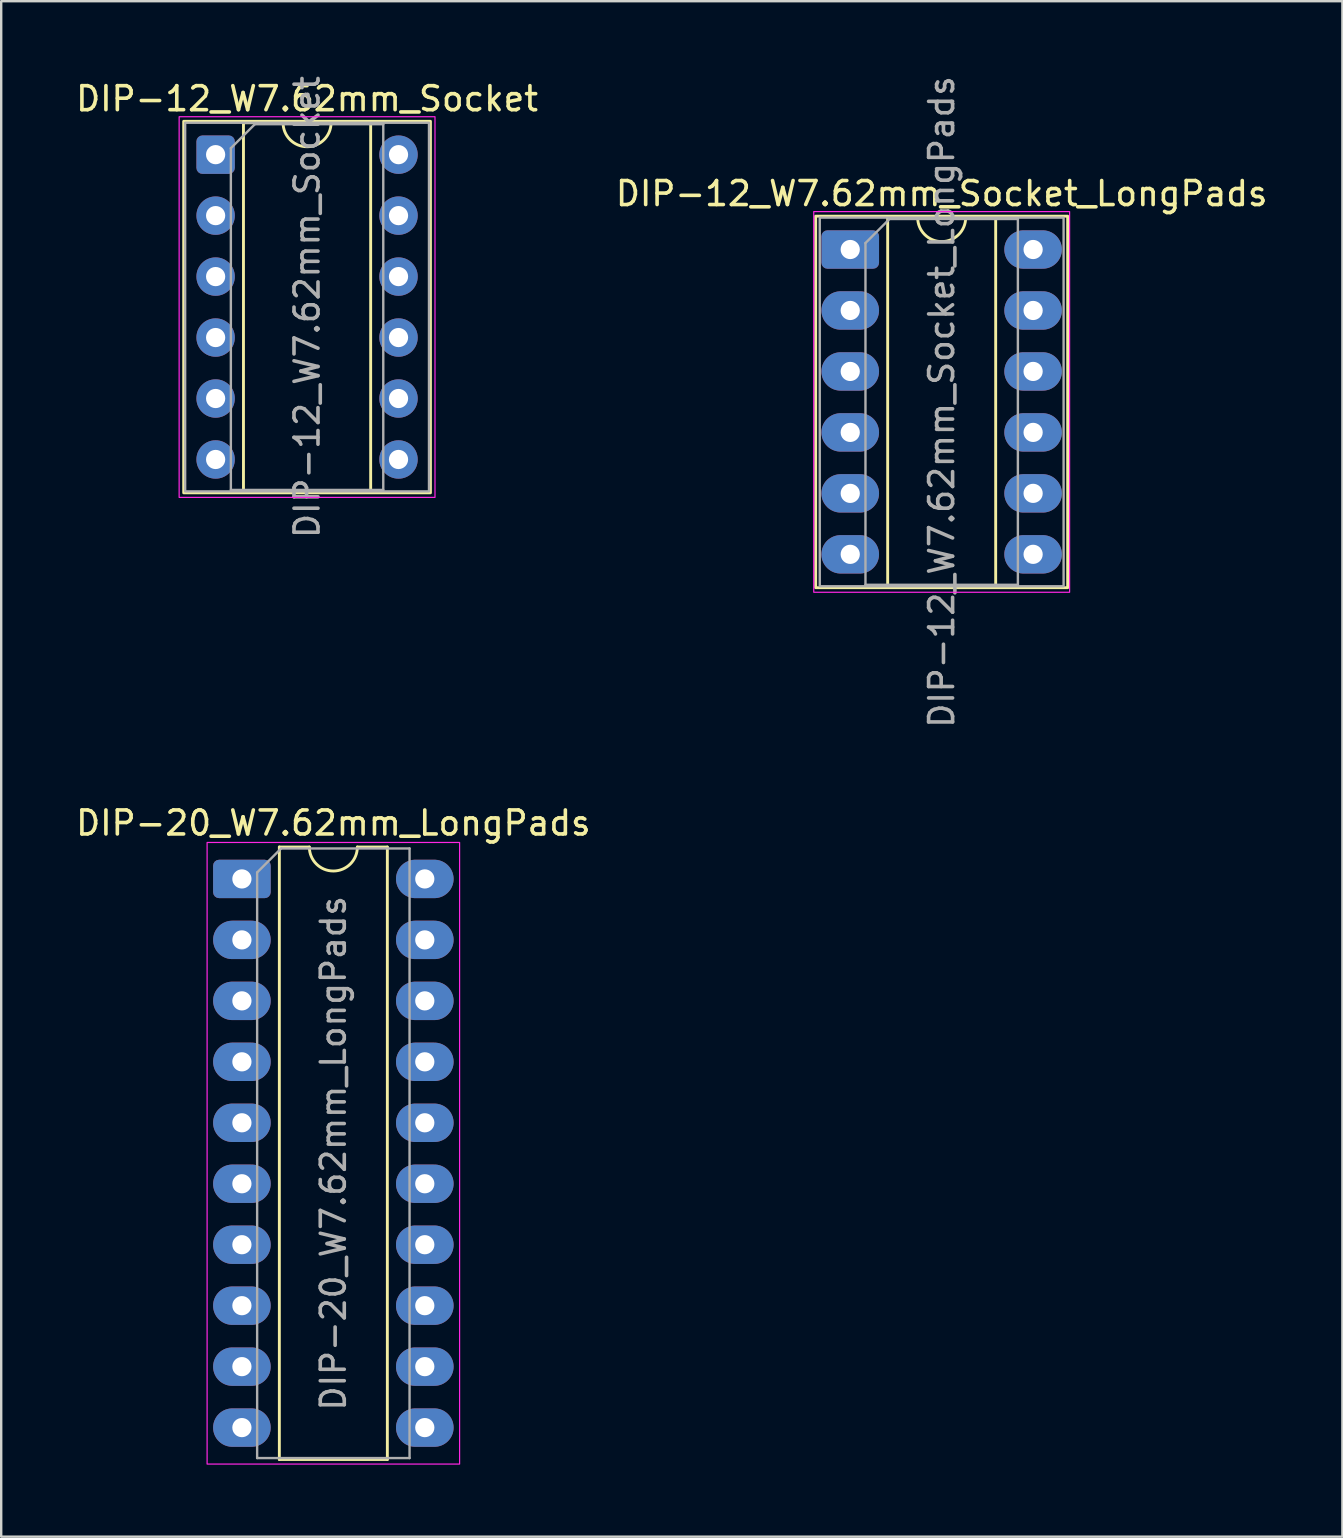
<source format=kicad_pcb>
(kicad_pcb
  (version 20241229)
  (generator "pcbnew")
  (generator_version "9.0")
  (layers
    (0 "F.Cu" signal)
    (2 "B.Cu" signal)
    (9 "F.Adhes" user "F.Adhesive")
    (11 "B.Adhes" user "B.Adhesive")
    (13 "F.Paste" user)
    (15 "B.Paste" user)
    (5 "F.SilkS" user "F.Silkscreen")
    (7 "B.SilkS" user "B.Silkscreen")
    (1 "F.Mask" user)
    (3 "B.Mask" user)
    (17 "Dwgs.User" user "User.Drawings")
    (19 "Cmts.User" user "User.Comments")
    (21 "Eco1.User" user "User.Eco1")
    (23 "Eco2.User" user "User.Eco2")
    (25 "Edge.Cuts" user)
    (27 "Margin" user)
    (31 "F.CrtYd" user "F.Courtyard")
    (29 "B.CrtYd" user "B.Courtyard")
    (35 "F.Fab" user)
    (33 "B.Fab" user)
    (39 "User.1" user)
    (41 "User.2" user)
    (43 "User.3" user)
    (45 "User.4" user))
  (footprint "DIP-12_W7.62mm_Socket"
    (layer "F.Cu")
    (at 5.934 3.394)
    (property "Reference" "DIP-12_W7.62mm_Socket" (at 3.81 -2.33 0) (layer "F.SilkS") (effects (font (size 1 1) (thickness 0.15))))
    (attr through_hole)
    (fp_line (start 1.16 -1.33) (end 1.16 14.03) (stroke (width 0.12) (type solid)) (layer "F.SilkS"))
    (fp_line (start 1.16 14.03) (end 6.46 14.03) (stroke (width 0.12) (type solid)) (layer "F.SilkS"))
    (fp_line (start 2.81 -1.33) (end 1.16 -1.33) (stroke (width 0.12) (type solid)) (layer "F.SilkS"))
    (fp_line (start 6.46 -1.33) (end 4.81 -1.33) (stroke (width 0.12) (type solid)) (layer "F.SilkS"))
    (fp_line (start 6.46 14.03) (end 6.46 -1.33) (stroke (width 0.12) (type solid)) (layer "F.SilkS"))
    (fp_rect (start -1.33 -1.39) (end 8.95 14.09) (stroke (width 0.12) (type solid)) (fill no) (layer "F.SilkS"))
    (fp_arc (start 4.81 -1.33) (mid 3.81 -0.33) (end 2.81 -1.33) (stroke (width 0.12) (type solid)) (layer "F.SilkS"))
    (fp_rect (start -1.52 -1.58) (end 9.14 14.28) (stroke (width 0.05) (type solid)) (fill no) (layer "F.CrtYd"))
    (fp_line (start 0.635 -0.27) (end 1.635 -1.27) (stroke (width 0.1) (type solid)) (layer "F.Fab"))
    (fp_line (start 0.635 13.97) (end 0.635 -0.27) (stroke (width 0.1) (type solid)) (layer "F.Fab"))
    (fp_line (start 1.635 -1.27) (end 6.985 -1.27) (stroke (width 0.1) (type solid)) (layer "F.Fab"))
    (fp_line (start 6.985 -1.27) (end 6.985 13.97) (stroke (width 0.1) (type solid)) (layer "F.Fab"))
    (fp_line (start 6.985 13.97) (end 0.635 13.97) (stroke (width 0.1) (type solid)) (layer "F.Fab"))
    (fp_rect (start -1.27 -1.33) (end 8.89 14.03) (stroke (width 0.1) (type solid)) (fill no) (layer "F.Fab"))
    (fp_text user "${REFERENCE}" (at 3.81 6.35 90) (layer "F.Fab") (effects (font (size 1 1) (thickness 0.15))))
    (pad "1" thru_hole roundrect (at 0 0) (size 1.6 1.6) (drill 0.8) (layers "*.Cu" "*.Mask") (roundrect_rratio 0.156))
    (pad "2" thru_hole circle (at 0 2.54) (size 1.6 1.6) (drill 0.8) (layers "*.Cu" "*.Mask"))
    (pad "3" thru_hole circle (at 0 5.08) (size 1.6 1.6) (drill 0.8) (layers "*.Cu" "*.Mask"))
    (pad "4" thru_hole circle (at 0 7.62) (size 1.6 1.6) (drill 0.8) (layers "*.Cu" "*.Mask"))
    (pad "5" thru_hole circle (at 0 10.16) (size 1.6 1.6) (drill 0.8) (layers "*.Cu" "*.Mask"))
    (pad "6" thru_hole circle (at 0 12.7) (size 1.6 1.6) (drill 0.8) (layers "*.Cu" "*.Mask"))
    (pad "7" thru_hole circle (at 7.62 12.7) (size 1.6 1.6) (drill 0.8) (layers "*.Cu" "*.Mask"))
    (pad "8" thru_hole circle (at 7.62 10.16) (size 1.6 1.6) (drill 0.8) (layers "*.Cu" "*.Mask"))
    (pad "9" thru_hole circle (at 7.62 7.62) (size 1.6 1.6) (drill 0.8) (layers "*.Cu" "*.Mask"))
    (pad "10" thru_hole circle (at 7.62 5.08) (size 1.6 1.6) (drill 0.8) (layers "*.Cu" "*.Mask"))
    (pad "11" thru_hole circle (at 7.62 2.54) (size 1.6 1.6) (drill 0.8) (layers "*.Cu" "*.Mask"))
    (pad "12" thru_hole circle (at 7.62 0) (size 1.6 1.6) (drill 0.8) (layers "*.Cu" "*.Mask")))
  (footprint "DIP-20_W7.62mm_LongPads"
    (layer "F.Cu")
    (at 7.029 33.571)
    (property "Reference" "DIP-20_W7.62mm_LongPads" (at 3.81 -2.33 0) (layer "F.SilkS") (effects (font (size 1 1) (thickness 0.15))))
    (attr through_hole)
    (fp_line (start 1.56 -1.33) (end 1.56 24.19) (stroke (width 0.12) (type solid)) (layer "F.SilkS"))
    (fp_line (start 1.56 24.19) (end 6.06 24.19) (stroke (width 0.12) (type solid)) (layer "F.SilkS"))
    (fp_line (start 2.81 -1.33) (end 1.56 -1.33) (stroke (width 0.12) (type solid)) (layer "F.SilkS"))
    (fp_line (start 6.06 -1.33) (end 4.81 -1.33) (stroke (width 0.12) (type solid)) (layer "F.SilkS"))
    (fp_line (start 6.06 24.19) (end 6.06 -1.33) (stroke (width 0.12) (type solid)) (layer "F.SilkS"))
    (fp_arc (start 4.81 -1.33) (mid 3.81 -0.33) (end 2.81 -1.33) (stroke (width 0.12) (type solid)) (layer "F.SilkS"))
    (fp_rect (start -1.45 -1.52) (end 9.07 24.38) (stroke (width 0.05) (type solid)) (fill no) (layer "F.CrtYd"))
    (fp_line (start 0.635 -0.27) (end 1.635 -1.27) (stroke (width 0.1) (type solid)) (layer "F.Fab"))
    (fp_line (start 0.635 24.13) (end 0.635 -0.27) (stroke (width 0.1) (type solid)) (layer "F.Fab"))
    (fp_line (start 1.635 -1.27) (end 6.985 -1.27) (stroke (width 0.1) (type solid)) (layer "F.Fab"))
    (fp_line (start 6.985 -1.27) (end 6.985 24.13) (stroke (width 0.1) (type solid)) (layer "F.Fab"))
    (fp_line (start 6.985 24.13) (end 0.635 24.13) (stroke (width 0.1) (type solid)) (layer "F.Fab"))
    (fp_text user "${REFERENCE}" (at 3.81 11.43 90) (layer "F.Fab") (effects (font (size 1 1) (thickness 0.15))))
    (pad "1" thru_hole roundrect (at 0 0) (size 2.4 1.6) (drill 0.8) (layers "*.Cu" "*.Mask") (roundrect_rratio 0.156))
    (pad "2" thru_hole oval (at 0 2.54) (size 2.4 1.6) (drill 0.8) (layers "*.Cu" "*.Mask"))
    (pad "3" thru_hole oval (at 0 5.08) (size 2.4 1.6) (drill 0.8) (layers "*.Cu" "*.Mask"))
    (pad "4" thru_hole oval (at 0 7.62) (size 2.4 1.6) (drill 0.8) (layers "*.Cu" "*.Mask"))
    (pad "5" thru_hole oval (at 0 10.16) (size 2.4 1.6) (drill 0.8) (layers "*.Cu" "*.Mask"))
    (pad "6" thru_hole oval (at 0 12.7) (size 2.4 1.6) (drill 0.8) (layers "*.Cu" "*.Mask"))
    (pad "7" thru_hole oval (at 0 15.24) (size 2.4 1.6) (drill 0.8) (layers "*.Cu" "*.Mask"))
    (pad "8" thru_hole oval (at 0 17.78) (size 2.4 1.6) (drill 0.8) (layers "*.Cu" "*.Mask"))
    (pad "9" thru_hole oval (at 0 20.32) (size 2.4 1.6) (drill 0.8) (layers "*.Cu" "*.Mask"))
    (pad "10" thru_hole oval (at 0 22.86) (size 2.4 1.6) (drill 0.8) (layers "*.Cu" "*.Mask"))
    (pad "11" thru_hole oval (at 7.62 22.86) (size 2.4 1.6) (drill 0.8) (layers "*.Cu" "*.Mask"))
    (pad "12" thru_hole oval (at 7.62 20.32) (size 2.4 1.6) (drill 0.8) (layers "*.Cu" "*.Mask"))
    (pad "13" thru_hole oval (at 7.62 17.78) (size 2.4 1.6) (drill 0.8) (layers "*.Cu" "*.Mask"))
    (pad "14" thru_hole oval (at 7.62 15.24) (size 2.4 1.6) (drill 0.8) (layers "*.Cu" "*.Mask"))
    (pad "15" thru_hole oval (at 7.62 12.7) (size 2.4 1.6) (drill 0.8) (layers "*.Cu" "*.Mask"))
    (pad "16" thru_hole oval (at 7.62 10.16) (size 2.4 1.6) (drill 0.8) (layers "*.Cu" "*.Mask"))
    (pad "17" thru_hole oval (at 7.62 7.62) (size 2.4 1.6) (drill 0.8) (layers "*.Cu" "*.Mask"))
    (pad "18" thru_hole oval (at 7.62 5.08) (size 2.4 1.6) (drill 0.8) (layers "*.Cu" "*.Mask"))
    (pad "19" thru_hole oval (at 7.62 2.54) (size 2.4 1.6) (drill 0.8) (layers "*.Cu" "*.Mask"))
    (pad "20" thru_hole oval (at 7.62 0) (size 2.4 1.6) (drill 0.8) (layers "*.Cu" "*.Mask")))
  (footprint "DIP-12_W7.62mm_Socket_LongPads"
    (layer "F.Cu")
    (at 32.375 7.346)
    (property "Reference" "DIP-12_W7.62mm_Socket_LongPads" (at 3.81 -2.33 0) (layer "F.SilkS") (effects (font (size 1 1) (thickness 0.15))))
    (attr through_hole)
    (fp_line (start 1.56 -1.33) (end 1.56 14.03) (stroke (width 0.12) (type solid)) (layer "F.SilkS"))
    (fp_line (start 1.56 14.03) (end 6.06 14.03) (stroke (width 0.12) (type solid)) (layer "F.SilkS"))
    (fp_line (start 2.81 -1.33) (end 1.56 -1.33) (stroke (width 0.12) (type solid)) (layer "F.SilkS"))
    (fp_line (start 6.06 -1.33) (end 4.81 -1.33) (stroke (width 0.12) (type solid)) (layer "F.SilkS"))
    (fp_line (start 6.06 14.03) (end 6.06 -1.33) (stroke (width 0.12) (type solid)) (layer "F.SilkS"))
    (fp_rect (start -1.44 -1.39) (end 9.06 14.09) (stroke (width 0.12) (type solid)) (fill no) (layer "F.SilkS"))
    (fp_arc (start 4.81 -1.33) (mid 3.81 -0.33) (end 2.81 -1.33) (stroke (width 0.12) (type solid)) (layer "F.SilkS"))
    (fp_rect (start -1.52 -1.58) (end 9.14 14.28) (stroke (width 0.05) (type solid)) (fill no) (layer "F.CrtYd"))
    (fp_line (start 0.635 -0.27) (end 1.635 -1.27) (stroke (width 0.1) (type solid)) (layer "F.Fab"))
    (fp_line (start 0.635 13.97) (end 0.635 -0.27) (stroke (width 0.1) (type solid)) (layer "F.Fab"))
    (fp_line (start 1.635 -1.27) (end 6.985 -1.27) (stroke (width 0.1) (type solid)) (layer "F.Fab"))
    (fp_line (start 6.985 -1.27) (end 6.985 13.97) (stroke (width 0.1) (type solid)) (layer "F.Fab"))
    (fp_line (start 6.985 13.97) (end 0.635 13.97) (stroke (width 0.1) (type solid)) (layer "F.Fab"))
    (fp_rect (start -1.27 -1.33) (end 8.89 14.03) (stroke (width 0.1) (type solid)) (fill no) (layer "F.Fab"))
    (fp_text user "${REFERENCE}" (at 3.81 6.35 90) (layer "F.Fab") (effects (font (size 1 1) (thickness 0.15))))
    (pad "1" thru_hole roundrect (at 0 0) (size 2.4 1.6) (drill 0.8) (layers "*.Cu" "*.Mask") (roundrect_rratio 0.156))
    (pad "2" thru_hole oval (at 0 2.54) (size 2.4 1.6) (drill 0.8) (layers "*.Cu" "*.Mask"))
    (pad "3" thru_hole oval (at 0 5.08) (size 2.4 1.6) (drill 0.8) (layers "*.Cu" "*.Mask"))
    (pad "4" thru_hole oval (at 0 7.62) (size 2.4 1.6) (drill 0.8) (layers "*.Cu" "*.Mask"))
    (pad "5" thru_hole oval (at 0 10.16) (size 2.4 1.6) (drill 0.8) (layers "*.Cu" "*.Mask"))
    (pad "6" thru_hole oval (at 0 12.7) (size 2.4 1.6) (drill 0.8) (layers "*.Cu" "*.Mask"))
    (pad "7" thru_hole oval (at 7.62 12.7) (size 2.4 1.6) (drill 0.8) (layers "*.Cu" "*.Mask"))
    (pad "8" thru_hole oval (at 7.62 10.16) (size 2.4 1.6) (drill 0.8) (layers "*.Cu" "*.Mask"))
    (pad "9" thru_hole oval (at 7.62 7.62) (size 2.4 1.6) (drill 0.8) (layers "*.Cu" "*.Mask"))
    (pad "10" thru_hole oval (at 7.62 5.08) (size 2.4 1.6) (drill 0.8) (layers "*.Cu" "*.Mask"))
    (pad "11" thru_hole oval (at 7.62 2.54) (size 2.4 1.6) (drill 0.8) (layers "*.Cu" "*.Mask"))
    (pad "12" thru_hole oval (at 7.62 0) (size 2.4 1.6) (drill 0.8) (layers "*.Cu" "*.Mask")))
  (gr_rect
    (start -3 -3)
    (end 52.881 60.976)
    (stroke (width 0.1) (type default))
    (fill no)
    (layer "Edge.Cuts")))
</source>
